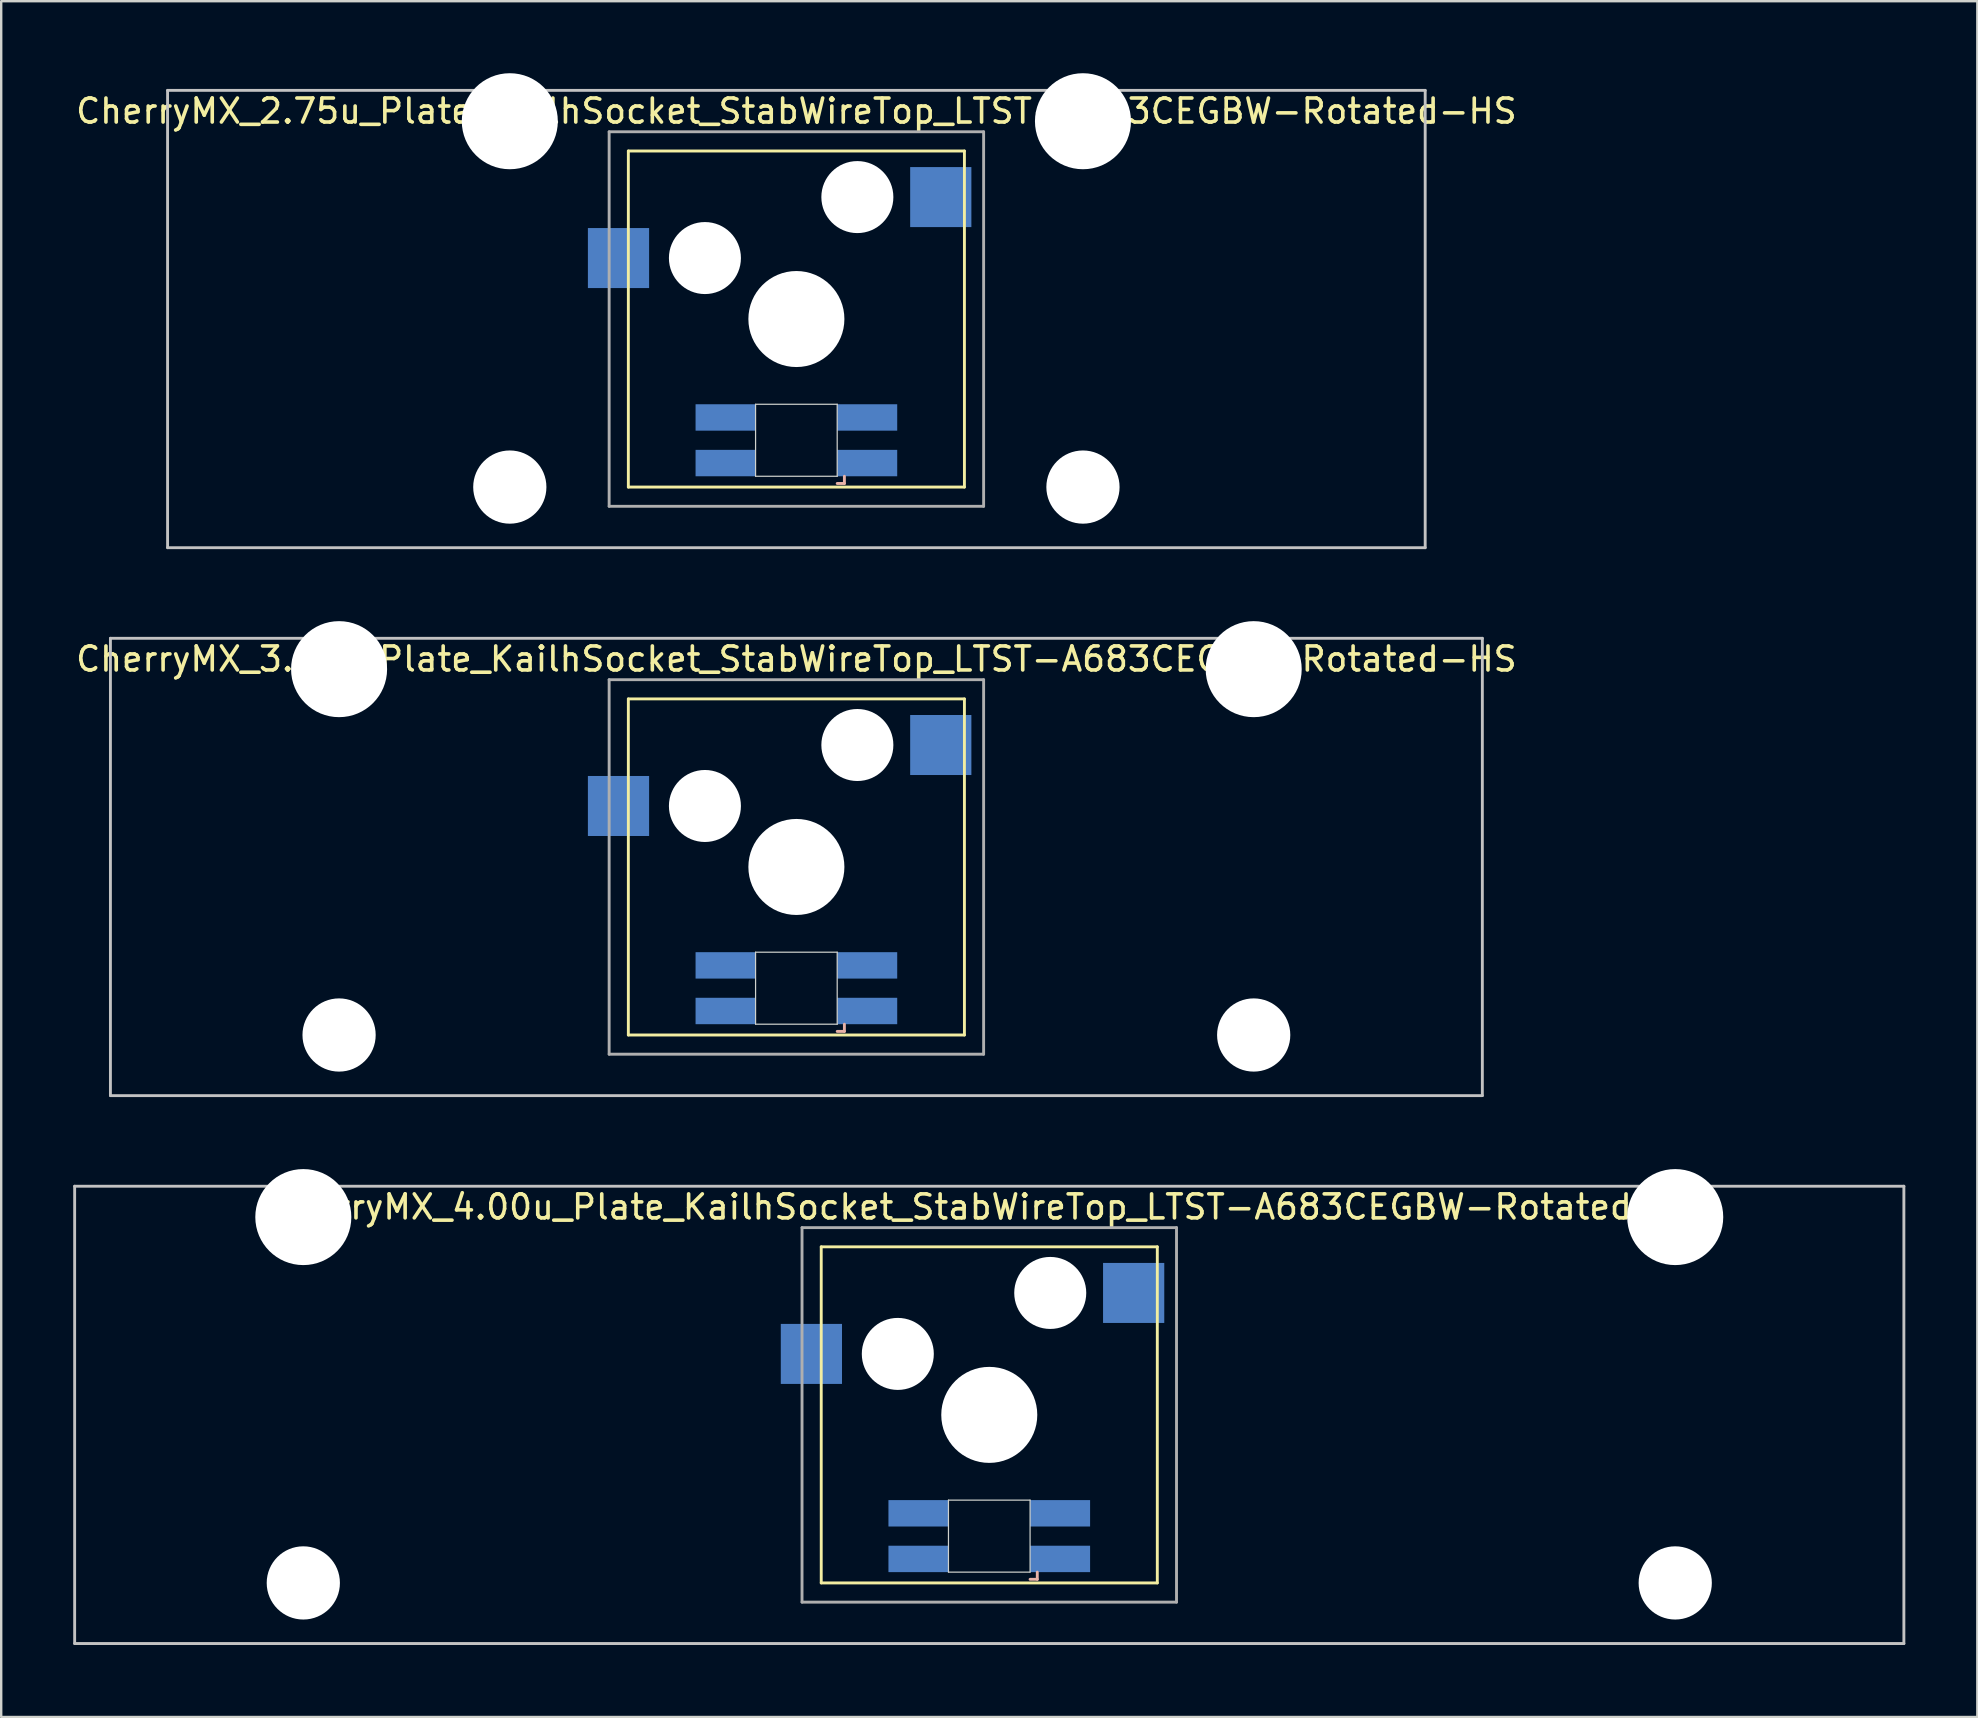
<source format=kicad_pcb>
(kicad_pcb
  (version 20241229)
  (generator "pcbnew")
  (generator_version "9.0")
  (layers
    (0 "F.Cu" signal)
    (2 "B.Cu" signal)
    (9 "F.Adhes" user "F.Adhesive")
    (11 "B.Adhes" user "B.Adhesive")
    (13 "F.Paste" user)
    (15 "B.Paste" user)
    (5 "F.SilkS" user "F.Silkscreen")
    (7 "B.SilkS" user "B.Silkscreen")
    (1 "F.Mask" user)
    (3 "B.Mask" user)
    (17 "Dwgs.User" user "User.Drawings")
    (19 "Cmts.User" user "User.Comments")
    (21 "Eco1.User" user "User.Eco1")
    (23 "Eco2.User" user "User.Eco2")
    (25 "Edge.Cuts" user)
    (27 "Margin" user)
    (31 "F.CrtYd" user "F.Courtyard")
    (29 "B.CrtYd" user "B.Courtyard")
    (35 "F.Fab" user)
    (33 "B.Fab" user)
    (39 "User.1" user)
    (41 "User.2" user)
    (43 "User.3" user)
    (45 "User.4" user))
  (footprint "CherryMX_3.00u_Plate_KailhSocket_StabWireTop_LTST-A683CEGBW-Rotated-HS"
    (layer "F.Cu")
    (at 30.125 33.065)
    (property "Reference" "CherryMX_3.00u_Plate_KailhSocket_StabWireTop_LTST-A683CEGBW-Rotated-HS" (at 0 -8.662 0) (layer "F.SilkS") (effects (font (size 1 1) (thickness 0.15))))
    (attr through_hole)
    (fp_line (start -7 -7) (end -7 7) (stroke (width 0.12) (type solid)) (layer "F.SilkS"))
    (fp_line (start -7 -7) (end 7 -7) (stroke (width 0.12) (type solid)) (layer "F.SilkS"))
    (fp_line (start 7 -7) (end 7 7) (stroke (width 0.12) (type solid)) (layer "F.SilkS"))
    (fp_line (start 7 7) (end -7 7) (stroke (width 0.12) (type solid)) (layer "F.SilkS"))
    (fp_line (start 1.7 6.85) (end 2 6.85) (stroke (width 0.12) (type solid)) (layer "B.SilkS"))
    (fp_line (start 2 6.85) (end 2 6.55) (stroke (width 0.12) (type solid)) (layer "B.SilkS"))
    (fp_line (start -28.575 -9.525) (end 28.575 -9.525) (stroke (width 0.12) (type solid)) (layer "Dwgs.User"))
    (fp_line (start -28.575 9.525) (end -28.575 -9.525) (stroke (width 0.12) (type solid)) (layer "Dwgs.User"))
    (fp_line (start 28.575 -9.525) (end 28.575 9.525) (stroke (width 0.12) (type solid)) (layer "Dwgs.User"))
    (fp_line (start 28.575 9.525) (end -28.575 9.525) (stroke (width 0.12) (type solid)) (layer "Dwgs.User"))
    (fp_line (start -1.7 3.55) (end 1.7 3.55) (stroke (width 0.05) (type solid)) (layer "Edge.Cuts"))
    (fp_line (start -1.7 6.55) (end -1.7 3.55) (stroke (width 0.05) (type solid)) (layer "Edge.Cuts"))
    (fp_line (start 1.7 3.55) (end 1.7 6.55) (stroke (width 0.05) (type solid)) (layer "Edge.Cuts"))
    (fp_line (start 1.7 6.55) (end -1.7 6.55) (stroke (width 0.05) (type solid)) (layer "Edge.Cuts"))
    (fp_line (start -7.8 -7.8) (end -7.8 7.8) (stroke (width 0.12) (type solid)) (layer "F.Fab"))
    (fp_line (start -7.8 -7.8) (end 7.8 -7.8) (stroke (width 0.12) (type solid)) (layer "F.Fab"))
    (fp_line (start -7.8 7.8) (end 7.8 7.8) (stroke (width 0.12) (type solid)) (layer "F.Fab"))
    (fp_line (start 7.8 -7.8) (end 7.8 7.8) (stroke (width 0.12) (type solid)) (layer "F.Fab"))
    (pad "" np_thru_hole circle (at -19.05 -8.24) (size 4 4) (drill 4) (layers "*.Cu" "*.Mask"))
    (pad "" np_thru_hole circle (at -19.05 7) (size 3.05 3.05) (drill 3.05) (layers "*.Cu" "*.Mask"))
    (pad "" np_thru_hole circle (at -3.81 -2.54) (size 3 3) (drill 3) (layers "*.Cu" "*.Mask"))
    (pad "" np_thru_hole circle (at 0 0) (size 4 4) (drill 4) (layers "*.Cu" "*.Mask"))
    (pad "" np_thru_hole circle (at 2.54 -5.08) (size 3 3) (drill 3) (layers "*.Cu" "*.Mask"))
    (pad "" np_thru_hole circle (at 19.05 -8.24) (size 4 4) (drill 4) (layers "*.Cu" "*.Mask"))
    (pad "" np_thru_hole circle (at 19.05 7) (size 3.05 3.05) (drill 3.05) (layers "*.Cu" "*.Mask"))
    (pad "1" smd rect (at -7.41 -2.54) (size 2.55 2.5) (layers "B.Cu" "B.Mask" "B.Paste"))
    (pad "2" smd rect (at 6.015 -5.08) (size 2.55 2.5) (layers "B.Cu" "B.Mask" "B.Paste"))
    (pad "3" smd rect (at 2.95 6) (size 2.5 1.1) (layers "B.Cu" "B.Mask" "B.Paste"))
    (pad "4" smd rect (at 2.95 4.1) (size 2.5 1.1) (layers "B.Cu" "B.Mask" "B.Paste"))
    (pad "5" smd rect (at -2.95 6) (size 2.5 1.1) (layers "B.Cu" "B.Mask" "B.Paste"))
    (pad "6" smd rect (at -2.95 4.1) (size 2.5 1.1) (layers "B.Cu" "B.Mask" "B.Paste")))
  (footprint "CherryMX_4.00u_Plate_KailhSocket_StabWireTop_LTST-A683CEGBW-Rotated-HS"
    (layer "F.Cu")
    (at 38.16 55.89)
    (property "Reference" "CherryMX_4.00u_Plate_KailhSocket_StabWireTop_LTST-A683CEGBW-Rotated-HS" (at 0 -8.662 0) (layer "F.SilkS") (effects (font (size 1 1) (thickness 0.15))))
    (attr through_hole)
    (fp_line (start -7 -7) (end -7 7) (stroke (width 0.12) (type solid)) (layer "F.SilkS"))
    (fp_line (start -7 -7) (end 7 -7) (stroke (width 0.12) (type solid)) (layer "F.SilkS"))
    (fp_line (start 7 -7) (end 7 7) (stroke (width 0.12) (type solid)) (layer "F.SilkS"))
    (fp_line (start 7 7) (end -7 7) (stroke (width 0.12) (type solid)) (layer "F.SilkS"))
    (fp_line (start 1.7 6.85) (end 2 6.85) (stroke (width 0.12) (type solid)) (layer "B.SilkS"))
    (fp_line (start 2 6.85) (end 2 6.55) (stroke (width 0.12) (type solid)) (layer "B.SilkS"))
    (fp_line (start -38.1 -9.525) (end 38.1 -9.525) (stroke (width 0.12) (type solid)) (layer "Dwgs.User"))
    (fp_line (start -38.1 9.525) (end -38.1 -9.525) (stroke (width 0.12) (type solid)) (layer "Dwgs.User"))
    (fp_line (start 38.1 -9.525) (end 38.1 9.525) (stroke (width 0.12) (type solid)) (layer "Dwgs.User"))
    (fp_line (start 38.1 9.525) (end -38.1 9.525) (stroke (width 0.12) (type solid)) (layer "Dwgs.User"))
    (fp_line (start -1.7 3.55) (end 1.7 3.55) (stroke (width 0.05) (type solid)) (layer "Edge.Cuts"))
    (fp_line (start -1.7 6.55) (end -1.7 3.55) (stroke (width 0.05) (type solid)) (layer "Edge.Cuts"))
    (fp_line (start 1.7 3.55) (end 1.7 6.55) (stroke (width 0.05) (type solid)) (layer "Edge.Cuts"))
    (fp_line (start 1.7 6.55) (end -1.7 6.55) (stroke (width 0.05) (type solid)) (layer "Edge.Cuts"))
    (fp_line (start -7.8 -7.8) (end -7.8 7.8) (stroke (width 0.12) (type solid)) (layer "F.Fab"))
    (fp_line (start -7.8 -7.8) (end 7.8 -7.8) (stroke (width 0.12) (type solid)) (layer "F.Fab"))
    (fp_line (start -7.8 7.8) (end 7.8 7.8) (stroke (width 0.12) (type solid)) (layer "F.Fab"))
    (fp_line (start 7.8 -7.8) (end 7.8 7.8) (stroke (width 0.12) (type solid)) (layer "F.Fab"))
    (pad "" np_thru_hole circle (at -28.575 -8.24) (size 4 4) (drill 4) (layers "*.Cu" "*.Mask"))
    (pad "" np_thru_hole circle (at -28.575 7) (size 3.05 3.05) (drill 3.05) (layers "*.Cu" "*.Mask"))
    (pad "" np_thru_hole circle (at -3.81 -2.54) (size 3 3) (drill 3) (layers "*.Cu" "*.Mask"))
    (pad "" np_thru_hole circle (at 0 0) (size 4 4) (drill 4) (layers "*.Cu" "*.Mask"))
    (pad "" np_thru_hole circle (at 2.54 -5.08) (size 3 3) (drill 3) (layers "*.Cu" "*.Mask"))
    (pad "" np_thru_hole circle (at 28.575 -8.24) (size 4 4) (drill 4) (layers "*.Cu" "*.Mask"))
    (pad "" np_thru_hole circle (at 28.575 7) (size 3.05 3.05) (drill 3.05) (layers "*.Cu" "*.Mask"))
    (pad "1" smd rect (at -7.41 -2.54) (size 2.55 2.5) (layers "B.Cu" "B.Mask" "B.Paste"))
    (pad "2" smd rect (at 6.015 -5.08) (size 2.55 2.5) (layers "B.Cu" "B.Mask" "B.Paste"))
    (pad "3" smd rect (at 2.95 6) (size 2.5 1.1) (layers "B.Cu" "B.Mask" "B.Paste"))
    (pad "4" smd rect (at 2.95 4.1) (size 2.5 1.1) (layers "B.Cu" "B.Mask" "B.Paste"))
    (pad "5" smd rect (at -2.95 6) (size 2.5 1.1) (layers "B.Cu" "B.Mask" "B.Paste"))
    (pad "6" smd rect (at -2.95 4.1) (size 2.5 1.1) (layers "B.Cu" "B.Mask" "B.Paste")))
  (footprint "CherryMX_2.75u_Plate_KailhSocket_StabWireTop_LTST-A683CEGBW-Rotated-HS"
    (layer "F.Cu")
    (at 30.125 10.24)
    (property "Reference" "CherryMX_2.75u_Plate_KailhSocket_StabWireTop_LTST-A683CEGBW-Rotated-HS" (at 0 -8.662 0) (layer "F.SilkS") (effects (font (size 1 1) (thickness 0.15))))
    (attr through_hole)
    (fp_line (start -7 -7) (end -7 7) (stroke (width 0.12) (type solid)) (layer "F.SilkS"))
    (fp_line (start -7 -7) (end 7 -7) (stroke (width 0.12) (type solid)) (layer "F.SilkS"))
    (fp_line (start 7 -7) (end 7 7) (stroke (width 0.12) (type solid)) (layer "F.SilkS"))
    (fp_line (start 7 7) (end -7 7) (stroke (width 0.12) (type solid)) (layer "F.SilkS"))
    (fp_line (start 1.7 6.85) (end 2 6.85) (stroke (width 0.12) (type solid)) (layer "B.SilkS"))
    (fp_line (start 2 6.85) (end 2 6.55) (stroke (width 0.12) (type solid)) (layer "B.SilkS"))
    (fp_line (start -26.194 -9.525) (end 26.194 -9.525) (stroke (width 0.12) (type solid)) (layer "Dwgs.User"))
    (fp_line (start -26.194 9.525) (end -26.194 -9.525) (stroke (width 0.12) (type solid)) (layer "Dwgs.User"))
    (fp_line (start 26.194 -9.525) (end 26.194 9.525) (stroke (width 0.12) (type solid)) (layer "Dwgs.User"))
    (fp_line (start 26.194 9.525) (end -26.194 9.525) (stroke (width 0.12) (type solid)) (layer "Dwgs.User"))
    (fp_line (start -1.7 3.55) (end 1.7 3.55) (stroke (width 0.05) (type solid)) (layer "Edge.Cuts"))
    (fp_line (start -1.7 6.55) (end -1.7 3.55) (stroke (width 0.05) (type solid)) (layer "Edge.Cuts"))
    (fp_line (start 1.7 3.55) (end 1.7 6.55) (stroke (width 0.05) (type solid)) (layer "Edge.Cuts"))
    (fp_line (start 1.7 6.55) (end -1.7 6.55) (stroke (width 0.05) (type solid)) (layer "Edge.Cuts"))
    (fp_line (start -7.8 -7.8) (end -7.8 7.8) (stroke (width 0.12) (type solid)) (layer "F.Fab"))
    (fp_line (start -7.8 -7.8) (end 7.8 -7.8) (stroke (width 0.12) (type solid)) (layer "F.Fab"))
    (fp_line (start -7.8 7.8) (end 7.8 7.8) (stroke (width 0.12) (type solid)) (layer "F.Fab"))
    (fp_line (start 7.8 -7.8) (end 7.8 7.8) (stroke (width 0.12) (type solid)) (layer "F.Fab"))
    (pad "" np_thru_hole circle (at -11.938 -8.24) (size 4 4) (drill 4) (layers "*.Cu" "*.Mask"))
    (pad "" np_thru_hole circle (at -11.938 7) (size 3.05 3.05) (drill 3.05) (layers "*.Cu" "*.Mask"))
    (pad "" np_thru_hole circle (at -3.81 -2.54) (size 3 3) (drill 3) (layers "*.Cu" "*.Mask"))
    (pad "" np_thru_hole circle (at 0 0) (size 4 4) (drill 4) (layers "*.Cu" "*.Mask"))
    (pad "" np_thru_hole circle (at 2.54 -5.08) (size 3 3) (drill 3) (layers "*.Cu" "*.Mask"))
    (pad "" np_thru_hole circle (at 11.938 -8.24) (size 4 4) (drill 4) (layers "*.Cu" "*.Mask"))
    (pad "" np_thru_hole circle (at 11.938 7) (size 3.05 3.05) (drill 3.05) (layers "*.Cu" "*.Mask"))
    (pad "1" smd rect (at -7.41 -2.54) (size 2.55 2.5) (layers "B.Cu" "B.Mask" "B.Paste"))
    (pad "2" smd rect (at 6.015 -5.08) (size 2.55 2.5) (layers "B.Cu" "B.Mask" "B.Paste"))
    (pad "3" smd rect (at 2.95 6) (size 2.5 1.1) (layers "B.Cu" "B.Mask" "B.Paste"))
    (pad "4" smd rect (at 2.95 4.1) (size 2.5 1.1) (layers "B.Cu" "B.Mask" "B.Paste"))
    (pad "5" smd rect (at -2.95 6) (size 2.5 1.1) (layers "B.Cu" "B.Mask" "B.Paste"))
    (pad "6" smd rect (at -2.95 4.1) (size 2.5 1.1) (layers "B.Cu" "B.Mask" "B.Paste")))
  (gr_rect
    (start -3 -3)
    (end 79.32 68.475)
    (stroke (width 0.1) (type default))
    (fill no)
    (layer "Edge.Cuts")))
</source>
